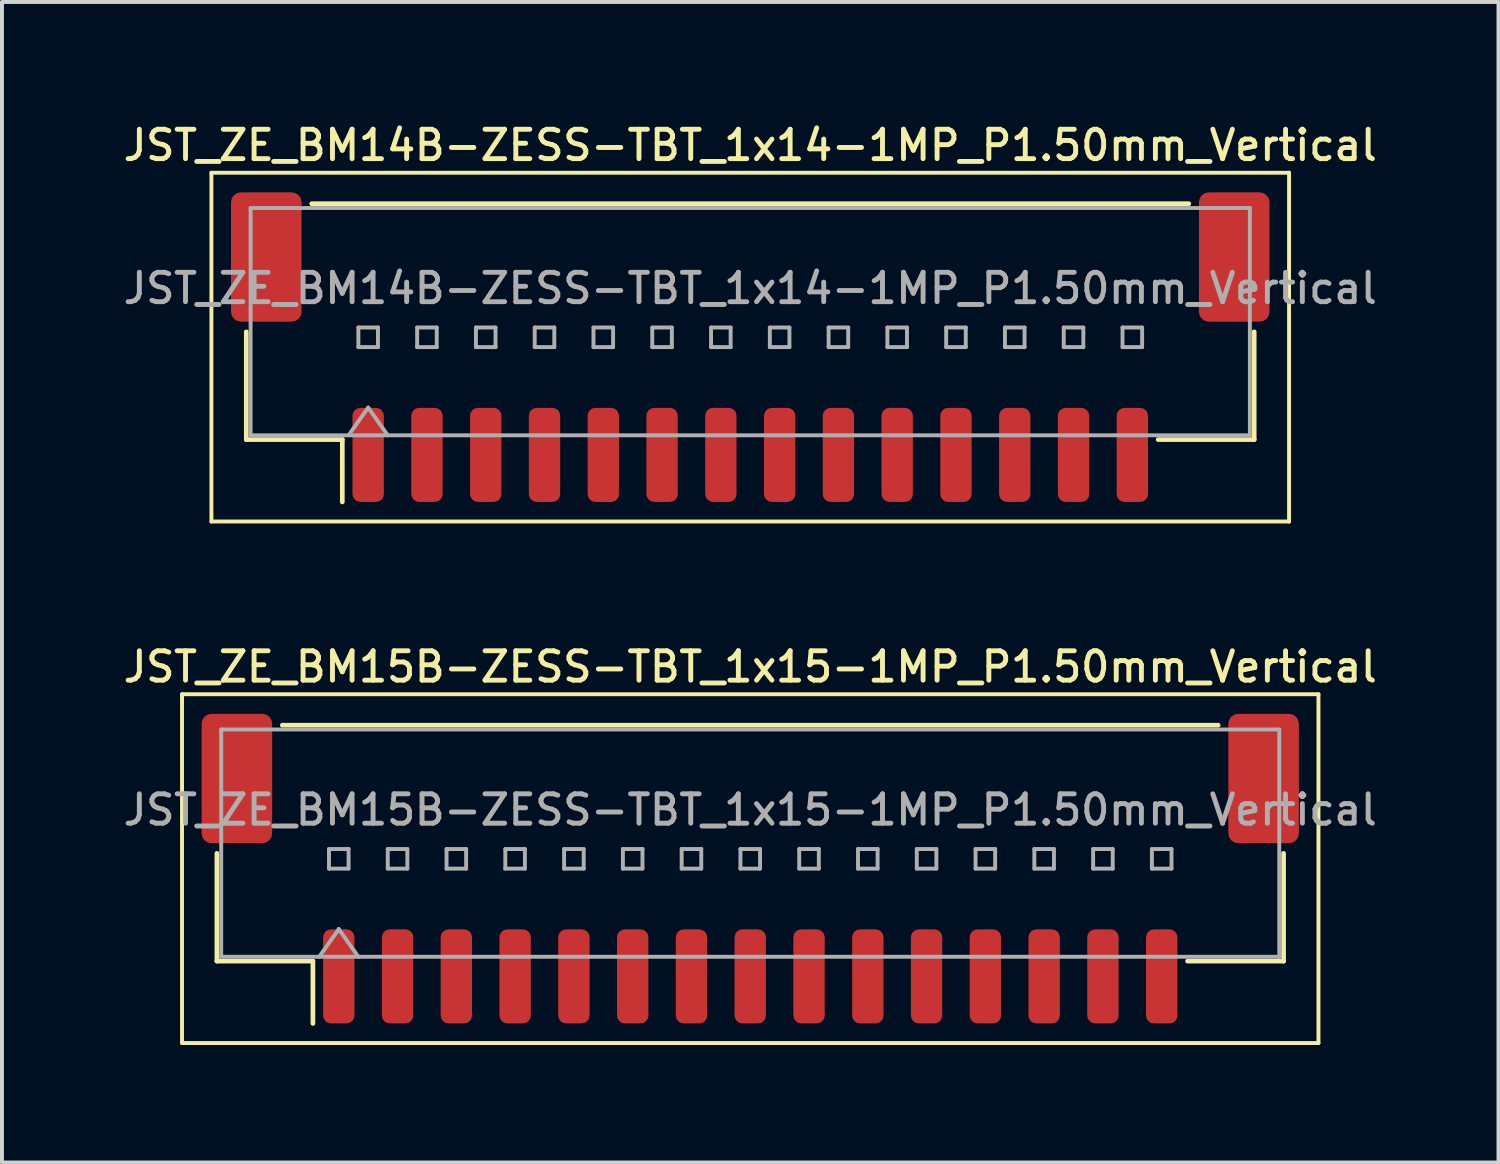
<source format=kicad_pcb>
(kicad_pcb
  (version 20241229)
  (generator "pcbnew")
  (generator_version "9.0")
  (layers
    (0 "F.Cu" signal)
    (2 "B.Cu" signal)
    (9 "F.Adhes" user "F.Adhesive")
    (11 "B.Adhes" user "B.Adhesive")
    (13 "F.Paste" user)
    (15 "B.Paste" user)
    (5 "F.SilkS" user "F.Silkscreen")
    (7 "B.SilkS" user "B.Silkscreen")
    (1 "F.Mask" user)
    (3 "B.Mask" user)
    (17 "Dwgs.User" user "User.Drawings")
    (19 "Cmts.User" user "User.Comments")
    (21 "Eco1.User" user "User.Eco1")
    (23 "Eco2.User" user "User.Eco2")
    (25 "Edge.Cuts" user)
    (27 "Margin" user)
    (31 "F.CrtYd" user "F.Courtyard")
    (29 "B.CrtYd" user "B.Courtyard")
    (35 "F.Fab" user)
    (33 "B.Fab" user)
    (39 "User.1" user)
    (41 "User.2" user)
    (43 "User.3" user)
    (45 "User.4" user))
  (footprint "JST_ZE_BM15B-ZESS-TBT_1x15-1MP_P1.50mm_Vertical"
    (layer "F.Cu")
    (at 16.095 19.116)
    (property "Reference" "JST_ZE_BM15B-ZESS-TBT_1x15-1MP_P1.50mm_Vertical" (at 0 -5.15 0) (layer "F.SilkS") (effects (font (size 0.75 0.75) (thickness 0.125))))
    (attr smd)
    (fp_line (start -14.5 -4.45) (end -14.5 4.45) (stroke (width 0.1) (type solid)) (layer "F.SilkS"))
    (fp_line (start -14.5 4.45) (end 14.5 4.45) (stroke (width 0.1) (type solid)) (layer "F.SilkS"))
    (fp_line (start -13.61 -0.39) (end -13.61 2.36) (stroke (width 0.12) (type solid)) (layer "F.SilkS"))
    (fp_line (start -13.61 2.36) (end -11.16 2.36) (stroke (width 0.12) (type solid)) (layer "F.SilkS"))
    (fp_line (start -11.94 -3.66) (end 11.94 -3.66) (stroke (width 0.12) (type solid)) (layer "F.SilkS"))
    (fp_line (start -11.16 2.36) (end -11.16 3.95) (stroke (width 0.12) (type solid)) (layer "F.SilkS"))
    (fp_line (start 13.61 -0.39) (end 13.61 2.36) (stroke (width 0.12) (type solid)) (layer "F.SilkS"))
    (fp_line (start 13.61 2.36) (end 11.16 2.36) (stroke (width 0.12) (type solid)) (layer "F.SilkS"))
    (fp_line (start 14.5 -4.45) (end -14.5 -4.45) (stroke (width 0.1) (type solid)) (layer "F.SilkS"))
    (fp_line (start 14.5 4.45) (end 14.5 -4.45) (stroke (width 0.1) (type solid)) (layer "F.SilkS"))
    (fp_line (start -13.5 -3.55) (end 13.5 -3.55) (stroke (width 0.1) (type solid)) (layer "F.Fab"))
    (fp_line (start -13.5 2.25) (end -13.5 -3.55) (stroke (width 0.1) (type solid)) (layer "F.Fab"))
    (fp_line (start -13.5 2.25) (end 13.5 2.25) (stroke (width 0.1) (type solid)) (layer "F.Fab"))
    (fp_line (start -11 2.25) (end -10.5 1.543) (stroke (width 0.1) (type solid)) (layer "F.Fab"))
    (fp_line (start -10.75 -0.5) (end -10.75 0) (stroke (width 0.1) (type solid)) (layer "F.Fab"))
    (fp_line (start -10.75 0) (end -10.25 0) (stroke (width 0.1) (type solid)) (layer "F.Fab"))
    (fp_line (start -10.5 1.543) (end -10 2.25) (stroke (width 0.1) (type solid)) (layer "F.Fab"))
    (fp_line (start -10.25 -0.5) (end -10.75 -0.5) (stroke (width 0.1) (type solid)) (layer "F.Fab"))
    (fp_line (start -10.25 0) (end -10.25 -0.5) (stroke (width 0.1) (type solid)) (layer "F.Fab"))
    (fp_line (start -9.25 -0.5) (end -9.25 0) (stroke (width 0.1) (type solid)) (layer "F.Fab"))
    (fp_line (start -9.25 0) (end -8.75 0) (stroke (width 0.1) (type solid)) (layer "F.Fab"))
    (fp_line (start -8.75 -0.5) (end -9.25 -0.5) (stroke (width 0.1) (type solid)) (layer "F.Fab"))
    (fp_line (start -8.75 0) (end -8.75 -0.5) (stroke (width 0.1) (type solid)) (layer "F.Fab"))
    (fp_line (start -7.75 -0.5) (end -7.75 0) (stroke (width 0.1) (type solid)) (layer "F.Fab"))
    (fp_line (start -7.75 0) (end -7.25 0) (stroke (width 0.1) (type solid)) (layer "F.Fab"))
    (fp_line (start -7.25 -0.5) (end -7.75 -0.5) (stroke (width 0.1) (type solid)) (layer "F.Fab"))
    (fp_line (start -7.25 0) (end -7.25 -0.5) (stroke (width 0.1) (type solid)) (layer "F.Fab"))
    (fp_line (start -6.25 -0.5) (end -6.25 0) (stroke (width 0.1) (type solid)) (layer "F.Fab"))
    (fp_line (start -6.25 0) (end -5.75 0) (stroke (width 0.1) (type solid)) (layer "F.Fab"))
    (fp_line (start -5.75 -0.5) (end -6.25 -0.5) (stroke (width 0.1) (type solid)) (layer "F.Fab"))
    (fp_line (start -5.75 0) (end -5.75 -0.5) (stroke (width 0.1) (type solid)) (layer "F.Fab"))
    (fp_line (start -4.75 -0.5) (end -4.75 0) (stroke (width 0.1) (type solid)) (layer "F.Fab"))
    (fp_line (start -4.75 0) (end -4.25 0) (stroke (width 0.1) (type solid)) (layer "F.Fab"))
    (fp_line (start -4.25 -0.5) (end -4.75 -0.5) (stroke (width 0.1) (type solid)) (layer "F.Fab"))
    (fp_line (start -4.25 0) (end -4.25 -0.5) (stroke (width 0.1) (type solid)) (layer "F.Fab"))
    (fp_line (start -3.25 -0.5) (end -3.25 0) (stroke (width 0.1) (type solid)) (layer "F.Fab"))
    (fp_line (start -3.25 0) (end -2.75 0) (stroke (width 0.1) (type solid)) (layer "F.Fab"))
    (fp_line (start -2.75 -0.5) (end -3.25 -0.5) (stroke (width 0.1) (type solid)) (layer "F.Fab"))
    (fp_line (start -2.75 0) (end -2.75 -0.5) (stroke (width 0.1) (type solid)) (layer "F.Fab"))
    (fp_line (start -1.75 -0.5) (end -1.75 0) (stroke (width 0.1) (type solid)) (layer "F.Fab"))
    (fp_line (start -1.75 0) (end -1.25 0) (stroke (width 0.1) (type solid)) (layer "F.Fab"))
    (fp_line (start -1.25 -0.5) (end -1.75 -0.5) (stroke (width 0.1) (type solid)) (layer "F.Fab"))
    (fp_line (start -1.25 0) (end -1.25 -0.5) (stroke (width 0.1) (type solid)) (layer "F.Fab"))
    (fp_line (start -0.25 -0.5) (end -0.25 0) (stroke (width 0.1) (type solid)) (layer "F.Fab"))
    (fp_line (start -0.25 0) (end 0.25 0) (stroke (width 0.1) (type solid)) (layer "F.Fab"))
    (fp_line (start 0.25 -0.5) (end -0.25 -0.5) (stroke (width 0.1) (type solid)) (layer "F.Fab"))
    (fp_line (start 0.25 0) (end 0.25 -0.5) (stroke (width 0.1) (type solid)) (layer "F.Fab"))
    (fp_line (start 1.25 -0.5) (end 1.25 0) (stroke (width 0.1) (type solid)) (layer "F.Fab"))
    (fp_line (start 1.25 0) (end 1.75 0) (stroke (width 0.1) (type solid)) (layer "F.Fab"))
    (fp_line (start 1.75 -0.5) (end 1.25 -0.5) (stroke (width 0.1) (type solid)) (layer "F.Fab"))
    (fp_line (start 1.75 0) (end 1.75 -0.5) (stroke (width 0.1) (type solid)) (layer "F.Fab"))
    (fp_line (start 2.75 -0.5) (end 2.75 0) (stroke (width 0.1) (type solid)) (layer "F.Fab"))
    (fp_line (start 2.75 0) (end 3.25 0) (stroke (width 0.1) (type solid)) (layer "F.Fab"))
    (fp_line (start 3.25 -0.5) (end 2.75 -0.5) (stroke (width 0.1) (type solid)) (layer "F.Fab"))
    (fp_line (start 3.25 0) (end 3.25 -0.5) (stroke (width 0.1) (type solid)) (layer "F.Fab"))
    (fp_line (start 4.25 -0.5) (end 4.25 0) (stroke (width 0.1) (type solid)) (layer "F.Fab"))
    (fp_line (start 4.25 0) (end 4.75 0) (stroke (width 0.1) (type solid)) (layer "F.Fab"))
    (fp_line (start 4.75 -0.5) (end 4.25 -0.5) (stroke (width 0.1) (type solid)) (layer "F.Fab"))
    (fp_line (start 4.75 0) (end 4.75 -0.5) (stroke (width 0.1) (type solid)) (layer "F.Fab"))
    (fp_line (start 5.75 -0.5) (end 5.75 0) (stroke (width 0.1) (type solid)) (layer "F.Fab"))
    (fp_line (start 5.75 0) (end 6.25 0) (stroke (width 0.1) (type solid)) (layer "F.Fab"))
    (fp_line (start 6.25 -0.5) (end 5.75 -0.5) (stroke (width 0.1) (type solid)) (layer "F.Fab"))
    (fp_line (start 6.25 0) (end 6.25 -0.5) (stroke (width 0.1) (type solid)) (layer "F.Fab"))
    (fp_line (start 7.25 -0.5) (end 7.25 0) (stroke (width 0.1) (type solid)) (layer "F.Fab"))
    (fp_line (start 7.25 0) (end 7.75 0) (stroke (width 0.1) (type solid)) (layer "F.Fab"))
    (fp_line (start 7.75 -0.5) (end 7.25 -0.5) (stroke (width 0.1) (type solid)) (layer "F.Fab"))
    (fp_line (start 7.75 0) (end 7.75 -0.5) (stroke (width 0.1) (type solid)) (layer "F.Fab"))
    (fp_line (start 8.75 -0.5) (end 8.75 0) (stroke (width 0.1) (type solid)) (layer "F.Fab"))
    (fp_line (start 8.75 0) (end 9.25 0) (stroke (width 0.1) (type solid)) (layer "F.Fab"))
    (fp_line (start 9.25 -0.5) (end 8.75 -0.5) (stroke (width 0.1) (type solid)) (layer "F.Fab"))
    (fp_line (start 9.25 0) (end 9.25 -0.5) (stroke (width 0.1) (type solid)) (layer "F.Fab"))
    (fp_line (start 10.25 -0.5) (end 10.25 0) (stroke (width 0.1) (type solid)) (layer "F.Fab"))
    (fp_line (start 10.25 0) (end 10.75 0) (stroke (width 0.1) (type solid)) (layer "F.Fab"))
    (fp_line (start 10.75 -0.5) (end 10.25 -0.5) (stroke (width 0.1) (type solid)) (layer "F.Fab"))
    (fp_line (start 10.75 0) (end 10.75 -0.5) (stroke (width 0.1) (type solid)) (layer "F.Fab"))
    (fp_line (start 13.5 2.25) (end 13.5 -3.55) (stroke (width 0.1) (type solid)) (layer "F.Fab"))
    (fp_text user "${REFERENCE}" (at 0 -1.5 0) (layer "F.Fab") (effects (font (size 0.75 0.75) (thickness 0.125))))
    (pad "1" smd roundrect (at -10.5 2.75) (size 0.8 2.4) (layers "F.Cu" "F.Mask" "F.Paste") (roundrect_rratio 0.25))
    (pad "2" smd roundrect (at -9 2.75) (size 0.8 2.4) (layers "F.Cu" "F.Mask" "F.Paste") (roundrect_rratio 0.25))
    (pad "3" smd roundrect (at -7.5 2.75) (size 0.8 2.4) (layers "F.Cu" "F.Mask" "F.Paste") (roundrect_rratio 0.25))
    (pad "4" smd roundrect (at -6 2.75) (size 0.8 2.4) (layers "F.Cu" "F.Mask" "F.Paste") (roundrect_rratio 0.25))
    (pad "5" smd roundrect (at -4.5 2.75) (size 0.8 2.4) (layers "F.Cu" "F.Mask" "F.Paste") (roundrect_rratio 0.25))
    (pad "6" smd roundrect (at -3 2.75) (size 0.8 2.4) (layers "F.Cu" "F.Mask" "F.Paste") (roundrect_rratio 0.25))
    (pad "7" smd roundrect (at -1.5 2.75) (size 0.8 2.4) (layers "F.Cu" "F.Mask" "F.Paste") (roundrect_rratio 0.25))
    (pad "8" smd roundrect (at 0 2.75) (size 0.8 2.4) (layers "F.Cu" "F.Mask" "F.Paste") (roundrect_rratio 0.25))
    (pad "9" smd roundrect (at 1.5 2.75) (size 0.8 2.4) (layers "F.Cu" "F.Mask" "F.Paste") (roundrect_rratio 0.25))
    (pad "10" smd roundrect (at 3 2.75) (size 0.8 2.4) (layers "F.Cu" "F.Mask" "F.Paste") (roundrect_rratio 0.25))
    (pad "11" smd roundrect (at 4.5 2.75) (size 0.8 2.4) (layers "F.Cu" "F.Mask" "F.Paste") (roundrect_rratio 0.25))
    (pad "12" smd roundrect (at 6 2.75) (size 0.8 2.4) (layers "F.Cu" "F.Mask" "F.Paste") (roundrect_rratio 0.25))
    (pad "13" smd roundrect (at 7.5 2.75) (size 0.8 2.4) (layers "F.Cu" "F.Mask" "F.Paste") (roundrect_rratio 0.25))
    (pad "14" smd roundrect (at 9 2.75) (size 0.8 2.4) (layers "F.Cu" "F.Mask" "F.Paste") (roundrect_rratio 0.25))
    (pad "15" smd roundrect (at 10.5 2.75) (size 0.8 2.4) (layers "F.Cu" "F.Mask" "F.Paste") (roundrect_rratio 0.25))
    (pad "MP" smd roundrect (at -13.1 -2.3) (size 1.8 3.3) (layers "F.Cu" "F.Mask" "F.Paste") (roundrect_rratio 0.139))
    (pad "MP" smd roundrect (at 13.1 -2.3) (size 1.8 3.3) (layers "F.Cu" "F.Mask" "F.Paste") (roundrect_rratio 0.139)))
  (footprint "JST_ZE_BM14B-ZESS-TBT_1x14-1MP_P1.50mm_Vertical"
    (layer "F.Cu")
    (at 16.095 5.808)
    (property "Reference" "JST_ZE_BM14B-ZESS-TBT_1x14-1MP_P1.50mm_Vertical" (at 0 -5.15 0) (layer "F.SilkS") (effects (font (size 0.75 0.75) (thickness 0.125))))
    (attr smd)
    (fp_line (start -13.75 -4.45) (end -13.75 4.45) (stroke (width 0.1) (type solid)) (layer "F.SilkS"))
    (fp_line (start -13.75 4.45) (end 13.75 4.45) (stroke (width 0.1) (type solid)) (layer "F.SilkS"))
    (fp_line (start -12.86 -0.39) (end -12.86 2.36) (stroke (width 0.12) (type solid)) (layer "F.SilkS"))
    (fp_line (start -12.86 2.36) (end -10.41 2.36) (stroke (width 0.12) (type solid)) (layer "F.SilkS"))
    (fp_line (start -11.19 -3.66) (end 11.19 -3.66) (stroke (width 0.12) (type solid)) (layer "F.SilkS"))
    (fp_line (start -10.41 2.36) (end -10.41 3.95) (stroke (width 0.12) (type solid)) (layer "F.SilkS"))
    (fp_line (start 12.86 -0.39) (end 12.86 2.36) (stroke (width 0.12) (type solid)) (layer "F.SilkS"))
    (fp_line (start 12.86 2.36) (end 10.41 2.36) (stroke (width 0.12) (type solid)) (layer "F.SilkS"))
    (fp_line (start 13.75 -4.45) (end -13.75 -4.45) (stroke (width 0.1) (type solid)) (layer "F.SilkS"))
    (fp_line (start 13.75 4.45) (end 13.75 -4.45) (stroke (width 0.1) (type solid)) (layer "F.SilkS"))
    (fp_line (start -12.75 -3.55) (end 12.75 -3.55) (stroke (width 0.1) (type solid)) (layer "F.Fab"))
    (fp_line (start -12.75 2.25) (end -12.75 -3.55) (stroke (width 0.1) (type solid)) (layer "F.Fab"))
    (fp_line (start -12.75 2.25) (end 12.75 2.25) (stroke (width 0.1) (type solid)) (layer "F.Fab"))
    (fp_line (start -10.25 2.25) (end -9.75 1.543) (stroke (width 0.1) (type solid)) (layer "F.Fab"))
    (fp_line (start -10 -0.5) (end -10 0) (stroke (width 0.1) (type solid)) (layer "F.Fab"))
    (fp_line (start -10 0) (end -9.5 0) (stroke (width 0.1) (type solid)) (layer "F.Fab"))
    (fp_line (start -9.75 1.543) (end -9.25 2.25) (stroke (width 0.1) (type solid)) (layer "F.Fab"))
    (fp_line (start -9.5 -0.5) (end -10 -0.5) (stroke (width 0.1) (type solid)) (layer "F.Fab"))
    (fp_line (start -9.5 0) (end -9.5 -0.5) (stroke (width 0.1) (type solid)) (layer "F.Fab"))
    (fp_line (start -8.5 -0.5) (end -8.5 0) (stroke (width 0.1) (type solid)) (layer "F.Fab"))
    (fp_line (start -8.5 0) (end -8 0) (stroke (width 0.1) (type solid)) (layer "F.Fab"))
    (fp_line (start -8 -0.5) (end -8.5 -0.5) (stroke (width 0.1) (type solid)) (layer "F.Fab"))
    (fp_line (start -8 0) (end -8 -0.5) (stroke (width 0.1) (type solid)) (layer "F.Fab"))
    (fp_line (start -7 -0.5) (end -7 0) (stroke (width 0.1) (type solid)) (layer "F.Fab"))
    (fp_line (start -7 0) (end -6.5 0) (stroke (width 0.1) (type solid)) (layer "F.Fab"))
    (fp_line (start -6.5 -0.5) (end -7 -0.5) (stroke (width 0.1) (type solid)) (layer "F.Fab"))
    (fp_line (start -6.5 0) (end -6.5 -0.5) (stroke (width 0.1) (type solid)) (layer "F.Fab"))
    (fp_line (start -5.5 -0.5) (end -5.5 0) (stroke (width 0.1) (type solid)) (layer "F.Fab"))
    (fp_line (start -5.5 0) (end -5 0) (stroke (width 0.1) (type solid)) (layer "F.Fab"))
    (fp_line (start -5 -0.5) (end -5.5 -0.5) (stroke (width 0.1) (type solid)) (layer "F.Fab"))
    (fp_line (start -5 0) (end -5 -0.5) (stroke (width 0.1) (type solid)) (layer "F.Fab"))
    (fp_line (start -4 -0.5) (end -4 0) (stroke (width 0.1) (type solid)) (layer "F.Fab"))
    (fp_line (start -4 0) (end -3.5 0) (stroke (width 0.1) (type solid)) (layer "F.Fab"))
    (fp_line (start -3.5 -0.5) (end -4 -0.5) (stroke (width 0.1) (type solid)) (layer "F.Fab"))
    (fp_line (start -3.5 0) (end -3.5 -0.5) (stroke (width 0.1) (type solid)) (layer "F.Fab"))
    (fp_line (start -2.5 -0.5) (end -2.5 0) (stroke (width 0.1) (type solid)) (layer "F.Fab"))
    (fp_line (start -2.5 0) (end -2 0) (stroke (width 0.1) (type solid)) (layer "F.Fab"))
    (fp_line (start -2 -0.5) (end -2.5 -0.5) (stroke (width 0.1) (type solid)) (layer "F.Fab"))
    (fp_line (start -2 0) (end -2 -0.5) (stroke (width 0.1) (type solid)) (layer "F.Fab"))
    (fp_line (start -1 -0.5) (end -1 0) (stroke (width 0.1) (type solid)) (layer "F.Fab"))
    (fp_line (start -1 0) (end -0.5 0) (stroke (width 0.1) (type solid)) (layer "F.Fab"))
    (fp_line (start -0.5 -0.5) (end -1 -0.5) (stroke (width 0.1) (type solid)) (layer "F.Fab"))
    (fp_line (start -0.5 0) (end -0.5 -0.5) (stroke (width 0.1) (type solid)) (layer "F.Fab"))
    (fp_line (start 0.5 -0.5) (end 0.5 0) (stroke (width 0.1) (type solid)) (layer "F.Fab"))
    (fp_line (start 0.5 0) (end 1 0) (stroke (width 0.1) (type solid)) (layer "F.Fab"))
    (fp_line (start 1 -0.5) (end 0.5 -0.5) (stroke (width 0.1) (type solid)) (layer "F.Fab"))
    (fp_line (start 1 0) (end 1 -0.5) (stroke (width 0.1) (type solid)) (layer "F.Fab"))
    (fp_line (start 2 -0.5) (end 2 0) (stroke (width 0.1) (type solid)) (layer "F.Fab"))
    (fp_line (start 2 0) (end 2.5 0) (stroke (width 0.1) (type solid)) (layer "F.Fab"))
    (fp_line (start 2.5 -0.5) (end 2 -0.5) (stroke (width 0.1) (type solid)) (layer "F.Fab"))
    (fp_line (start 2.5 0) (end 2.5 -0.5) (stroke (width 0.1) (type solid)) (layer "F.Fab"))
    (fp_line (start 3.5 -0.5) (end 3.5 0) (stroke (width 0.1) (type solid)) (layer "F.Fab"))
    (fp_line (start 3.5 0) (end 4 0) (stroke (width 0.1) (type solid)) (layer "F.Fab"))
    (fp_line (start 4 -0.5) (end 3.5 -0.5) (stroke (width 0.1) (type solid)) (layer "F.Fab"))
    (fp_line (start 4 0) (end 4 -0.5) (stroke (width 0.1) (type solid)) (layer "F.Fab"))
    (fp_line (start 5 -0.5) (end 5 0) (stroke (width 0.1) (type solid)) (layer "F.Fab"))
    (fp_line (start 5 0) (end 5.5 0) (stroke (width 0.1) (type solid)) (layer "F.Fab"))
    (fp_line (start 5.5 -0.5) (end 5 -0.5) (stroke (width 0.1) (type solid)) (layer "F.Fab"))
    (fp_line (start 5.5 0) (end 5.5 -0.5) (stroke (width 0.1) (type solid)) (layer "F.Fab"))
    (fp_line (start 6.5 -0.5) (end 6.5 0) (stroke (width 0.1) (type solid)) (layer "F.Fab"))
    (fp_line (start 6.5 0) (end 7 0) (stroke (width 0.1) (type solid)) (layer "F.Fab"))
    (fp_line (start 7 -0.5) (end 6.5 -0.5) (stroke (width 0.1) (type solid)) (layer "F.Fab"))
    (fp_line (start 7 0) (end 7 -0.5) (stroke (width 0.1) (type solid)) (layer "F.Fab"))
    (fp_line (start 8 -0.5) (end 8 0) (stroke (width 0.1) (type solid)) (layer "F.Fab"))
    (fp_line (start 8 0) (end 8.5 0) (stroke (width 0.1) (type solid)) (layer "F.Fab"))
    (fp_line (start 8.5 -0.5) (end 8 -0.5) (stroke (width 0.1) (type solid)) (layer "F.Fab"))
    (fp_line (start 8.5 0) (end 8.5 -0.5) (stroke (width 0.1) (type solid)) (layer "F.Fab"))
    (fp_line (start 9.5 -0.5) (end 9.5 0) (stroke (width 0.1) (type solid)) (layer "F.Fab"))
    (fp_line (start 9.5 0) (end 10 0) (stroke (width 0.1) (type solid)) (layer "F.Fab"))
    (fp_line (start 10 -0.5) (end 9.5 -0.5) (stroke (width 0.1) (type solid)) (layer "F.Fab"))
    (fp_line (start 10 0) (end 10 -0.5) (stroke (width 0.1) (type solid)) (layer "F.Fab"))
    (fp_line (start 12.75 2.25) (end 12.75 -3.55) (stroke (width 0.1) (type solid)) (layer "F.Fab"))
    (fp_text user "${REFERENCE}" (at 0 -1.5 0) (layer "F.Fab") (effects (font (size 0.75 0.75) (thickness 0.125))))
    (pad "1" smd roundrect (at -9.75 2.75) (size 0.8 2.4) (layers "F.Cu" "F.Mask" "F.Paste") (roundrect_rratio 0.25))
    (pad "2" smd roundrect (at -8.25 2.75) (size 0.8 2.4) (layers "F.Cu" "F.Mask" "F.Paste") (roundrect_rratio 0.25))
    (pad "3" smd roundrect (at -6.75 2.75) (size 0.8 2.4) (layers "F.Cu" "F.Mask" "F.Paste") (roundrect_rratio 0.25))
    (pad "4" smd roundrect (at -5.25 2.75) (size 0.8 2.4) (layers "F.Cu" "F.Mask" "F.Paste") (roundrect_rratio 0.25))
    (pad "5" smd roundrect (at -3.75 2.75) (size 0.8 2.4) (layers "F.Cu" "F.Mask" "F.Paste") (roundrect_rratio 0.25))
    (pad "6" smd roundrect (at -2.25 2.75) (size 0.8 2.4) (layers "F.Cu" "F.Mask" "F.Paste") (roundrect_rratio 0.25))
    (pad "7" smd roundrect (at -0.75 2.75) (size 0.8 2.4) (layers "F.Cu" "F.Mask" "F.Paste") (roundrect_rratio 0.25))
    (pad "8" smd roundrect (at 0.75 2.75) (size 0.8 2.4) (layers "F.Cu" "F.Mask" "F.Paste") (roundrect_rratio 0.25))
    (pad "9" smd roundrect (at 2.25 2.75) (size 0.8 2.4) (layers "F.Cu" "F.Mask" "F.Paste") (roundrect_rratio 0.25))
    (pad "10" smd roundrect (at 3.75 2.75) (size 0.8 2.4) (layers "F.Cu" "F.Mask" "F.Paste") (roundrect_rratio 0.25))
    (pad "11" smd roundrect (at 5.25 2.75) (size 0.8 2.4) (layers "F.Cu" "F.Mask" "F.Paste") (roundrect_rratio 0.25))
    (pad "12" smd roundrect (at 6.75 2.75) (size 0.8 2.4) (layers "F.Cu" "F.Mask" "F.Paste") (roundrect_rratio 0.25))
    (pad "13" smd roundrect (at 8.25 2.75) (size 0.8 2.4) (layers "F.Cu" "F.Mask" "F.Paste") (roundrect_rratio 0.25))
    (pad "14" smd roundrect (at 9.75 2.75) (size 0.8 2.4) (layers "F.Cu" "F.Mask" "F.Paste") (roundrect_rratio 0.25))
    (pad "MP" smd roundrect (at -12.35 -2.3) (size 1.8 3.3) (layers "F.Cu" "F.Mask" "F.Paste") (roundrect_rratio 0.139))
    (pad "MP" smd roundrect (at 12.35 -2.3) (size 1.8 3.3) (layers "F.Cu" "F.Mask" "F.Paste") (roundrect_rratio 0.139)))
  (gr_rect
    (start -3 -3)
    (end 35.189 26.616)
    (stroke (width 0.1) (type default))
    (fill no)
    (layer "Edge.Cuts")))
</source>
